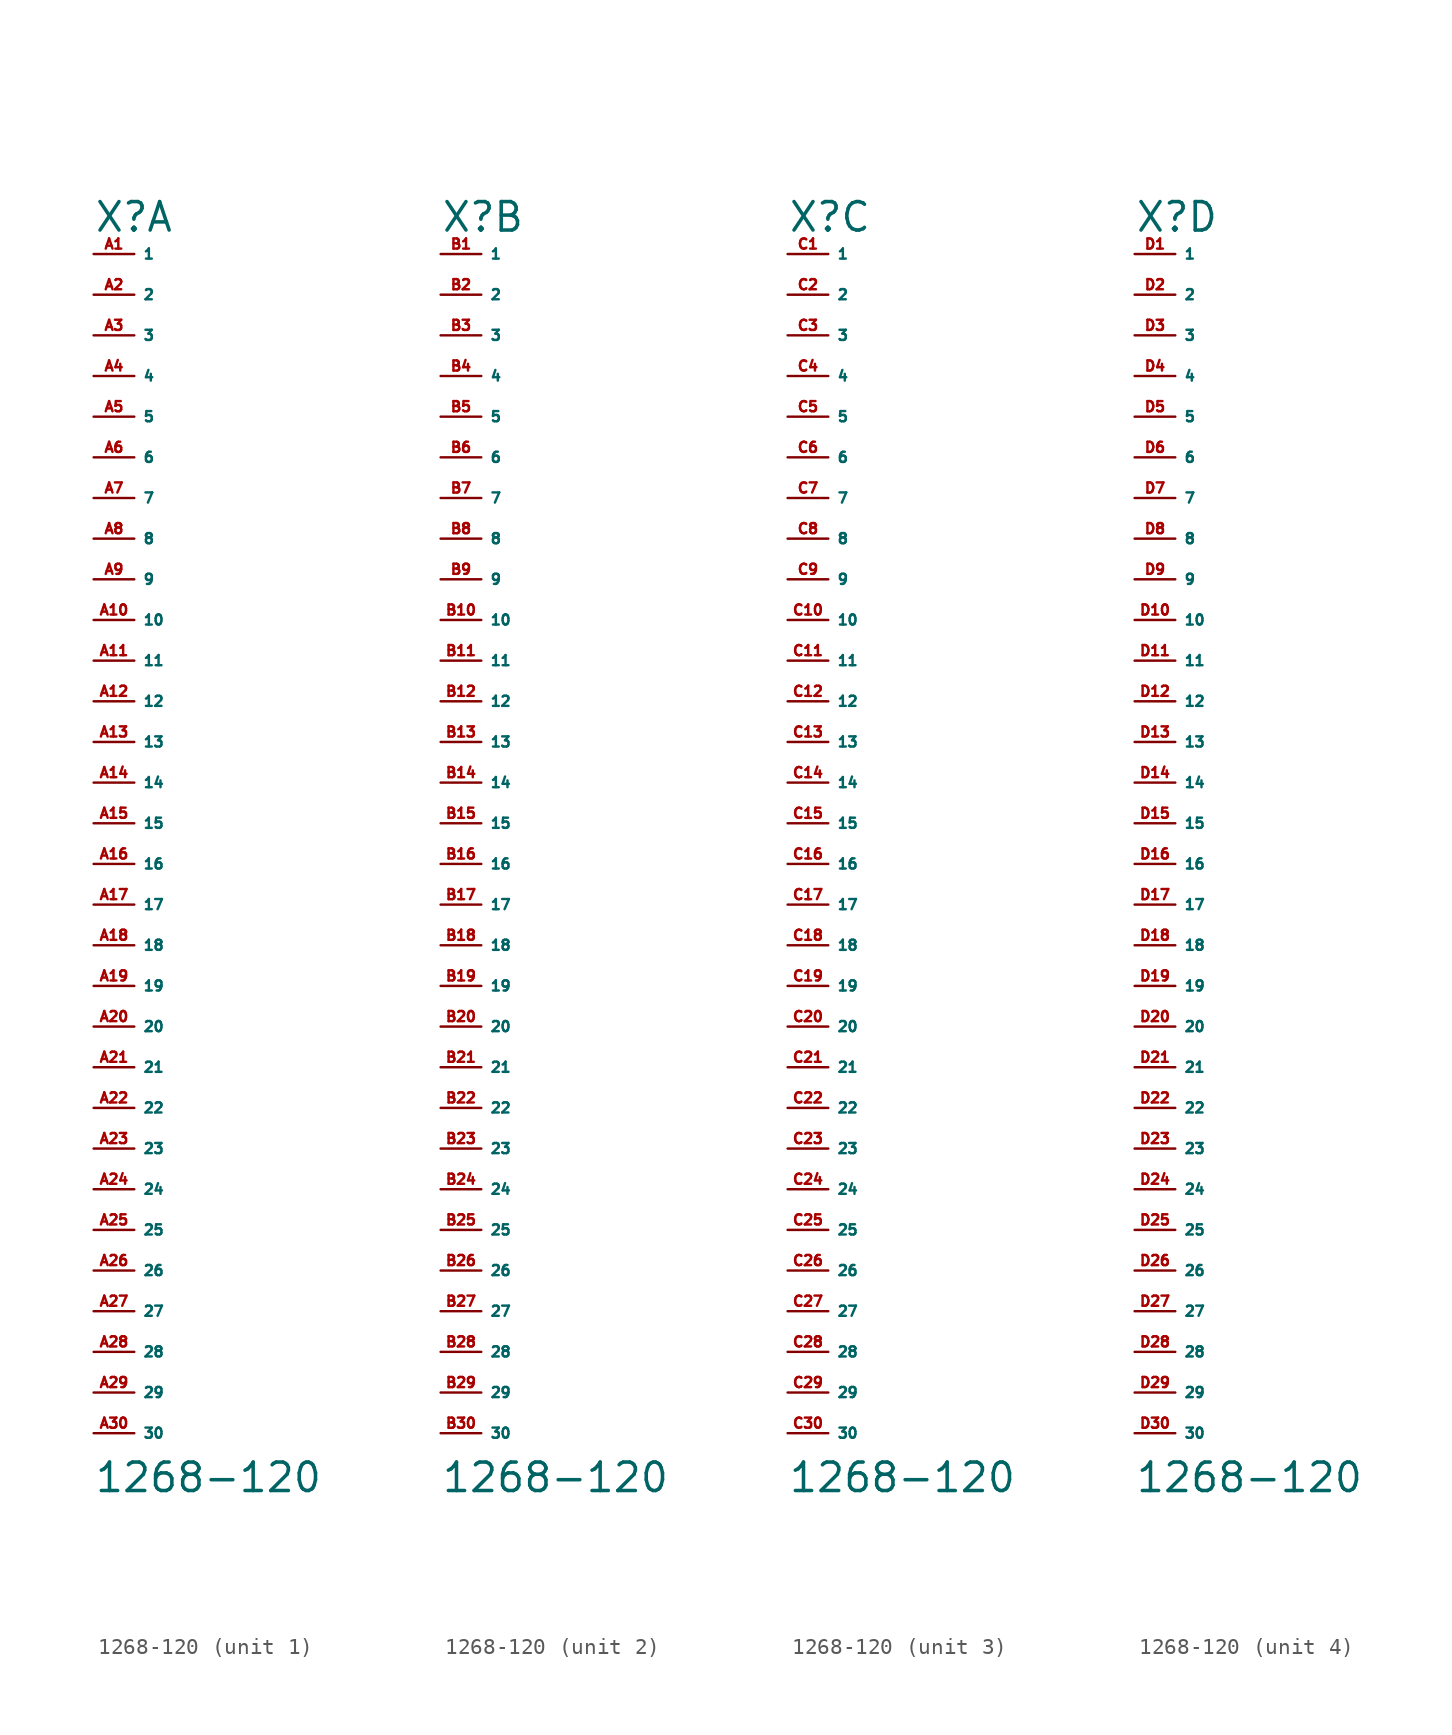
<source format=kicad_sym>
(kicad_symbol_lib
  (version 20220914)
  (generator Eagle2Kicad)
  (symbol "1268-120"
    (property "Reference" "X"
      (at -2.54 36.83 0)
      (effects (font (size 1.778 1.778) (thickness 0.22)) (justify left bottom)))
    (property "Value" "1268-120"
      (at -2.54 -41.91 0)
      (effects (font (size 1.778 1.778) (thickness 0.22)) (justify left bottom)))
    (symbol "1268-120_1_0"
      (pin passive line (at -2.54 35.56 0) (length 2.54) (name "1" (effects (font (size 0.635 0.635) (thickness 0.08)) (justify left bottom))) (number "A1" (effects (font (size 0.635 0.635) (thickness 0.08)) (justify left bottom))))
      (pin passive line (at -2.54 33.02 0) (length 2.54) (name "2" (effects (font (size 0.635 0.635) (thickness 0.08)) (justify left bottom))) (number "A2" (effects (font (size 0.635 0.635) (thickness 0.08)) (justify left bottom))))
      (pin passive line (at -2.54 30.48 0) (length 2.54) (name "3" (effects (font (size 0.635 0.635) (thickness 0.08)) (justify left bottom))) (number "A3" (effects (font (size 0.635 0.635) (thickness 0.08)) (justify left bottom))))
      (pin passive line (at -2.54 27.94 0) (length 2.54) (name "4" (effects (font (size 0.635 0.635) (thickness 0.08)) (justify left bottom))) (number "A4" (effects (font (size 0.635 0.635) (thickness 0.08)) (justify left bottom))))
      (pin passive line (at -2.54 25.4 0) (length 2.54) (name "5" (effects (font (size 0.635 0.635) (thickness 0.08)) (justify left bottom))) (number "A5" (effects (font (size 0.635 0.635) (thickness 0.08)) (justify left bottom))))
      (pin passive line (at -2.54 22.86 0) (length 2.54) (name "6" (effects (font (size 0.635 0.635) (thickness 0.08)) (justify left bottom))) (number "A6" (effects (font (size 0.635 0.635) (thickness 0.08)) (justify left bottom))))
      (pin passive line (at -2.54 20.32 0) (length 2.54) (name "7" (effects (font (size 0.635 0.635) (thickness 0.08)) (justify left bottom))) (number "A7" (effects (font (size 0.635 0.635) (thickness 0.08)) (justify left bottom))))
      (pin passive line (at -2.54 17.78 0) (length 2.54) (name "8" (effects (font (size 0.635 0.635) (thickness 0.08)) (justify left bottom))) (number "A8" (effects (font (size 0.635 0.635) (thickness 0.08)) (justify left bottom))))
      (pin passive line (at -2.54 15.24 0) (length 2.54) (name "9" (effects (font (size 0.635 0.635) (thickness 0.08)) (justify left bottom))) (number "A9" (effects (font (size 0.635 0.635) (thickness 0.08)) (justify left bottom))))
      (pin passive line (at -2.54 12.7 0) (length 2.54) (name "10" (effects (font (size 0.635 0.635) (thickness 0.08)) (justify left bottom))) (number "A10" (effects (font (size 0.635 0.635) (thickness 0.08)) (justify left bottom))))
      (pin passive line (at -2.54 10.16 0) (length 2.54) (name "11" (effects (font (size 0.635 0.635) (thickness 0.08)) (justify left bottom))) (number "A11" (effects (font (size 0.635 0.635) (thickness 0.08)) (justify left bottom))))
      (pin passive line (at -2.54 7.62 0) (length 2.54) (name "12" (effects (font (size 0.635 0.635) (thickness 0.08)) (justify left bottom))) (number "A12" (effects (font (size 0.635 0.635) (thickness 0.08)) (justify left bottom))))
      (pin passive line (at -2.54 5.08 0) (length 2.54) (name "13" (effects (font (size 0.635 0.635) (thickness 0.08)) (justify left bottom))) (number "A13" (effects (font (size 0.635 0.635) (thickness 0.08)) (justify left bottom))))
      (pin passive line (at -2.54 2.54 0) (length 2.54) (name "14" (effects (font (size 0.635 0.635) (thickness 0.08)) (justify left bottom))) (number "A14" (effects (font (size 0.635 0.635) (thickness 0.08)) (justify left bottom))))
      (pin passive line (at -2.54 0 0) (length 2.54) (name "15" (effects (font (size 0.635 0.635) (thickness 0.08)) (justify left bottom))) (number "A15" (effects (font (size 0.635 0.635) (thickness 0.08)) (justify left bottom))))
      (pin passive line (at -2.54 -2.54 0) (length 2.54) (name "16" (effects (font (size 0.635 0.635) (thickness 0.08)) (justify left bottom))) (number "A16" (effects (font (size 0.635 0.635) (thickness 0.08)) (justify left bottom))))
      (pin passive line (at -2.54 -5.08 0) (length 2.54) (name "17" (effects (font (size 0.635 0.635) (thickness 0.08)) (justify left bottom))) (number "A17" (effects (font (size 0.635 0.635) (thickness 0.08)) (justify left bottom))))
      (pin passive line (at -2.54 -7.62 0) (length 2.54) (name "18" (effects (font (size 0.635 0.635) (thickness 0.08)) (justify left bottom))) (number "A18" (effects (font (size 0.635 0.635) (thickness 0.08)) (justify left bottom))))
      (pin passive line (at -2.54 -10.16 0) (length 2.54) (name "19" (effects (font (size 0.635 0.635) (thickness 0.08)) (justify left bottom))) (number "A19" (effects (font (size 0.635 0.635) (thickness 0.08)) (justify left bottom))))
      (pin passive line (at -2.54 -12.7 0) (length 2.54) (name "20" (effects (font (size 0.635 0.635) (thickness 0.08)) (justify left bottom))) (number "A20" (effects (font (size 0.635 0.635) (thickness 0.08)) (justify left bottom))))
      (pin passive line (at -2.54 -15.24 0) (length 2.54) (name "21" (effects (font (size 0.635 0.635) (thickness 0.08)) (justify left bottom))) (number "A21" (effects (font (size 0.635 0.635) (thickness 0.08)) (justify left bottom))))
      (pin passive line (at -2.54 -17.78 0) (length 2.54) (name "22" (effects (font (size 0.635 0.635) (thickness 0.08)) (justify left bottom))) (number "A22" (effects (font (size 0.635 0.635) (thickness 0.08)) (justify left bottom))))
      (pin passive line (at -2.54 -20.32 0) (length 2.54) (name "23" (effects (font (size 0.635 0.635) (thickness 0.08)) (justify left bottom))) (number "A23" (effects (font (size 0.635 0.635) (thickness 0.08)) (justify left bottom))))
      (pin passive line (at -2.54 -22.86 0) (length 2.54) (name "24" (effects (font (size 0.635 0.635) (thickness 0.08)) (justify left bottom))) (number "A24" (effects (font (size 0.635 0.635) (thickness 0.08)) (justify left bottom))))
      (pin passive line (at -2.54 -25.4 0) (length 2.54) (name "25" (effects (font (size 0.635 0.635) (thickness 0.08)) (justify left bottom))) (number "A25" (effects (font (size 0.635 0.635) (thickness 0.08)) (justify left bottom))))
      (pin passive line (at -2.54 -27.94 0) (length 2.54) (name "26" (effects (font (size 0.635 0.635) (thickness 0.08)) (justify left bottom))) (number "A26" (effects (font (size 0.635 0.635) (thickness 0.08)) (justify left bottom))))
      (pin passive line (at -2.54 -30.48 0) (length 2.54) (name "27" (effects (font (size 0.635 0.635) (thickness 0.08)) (justify left bottom))) (number "A27" (effects (font (size 0.635 0.635) (thickness 0.08)) (justify left bottom))))
      (pin passive line (at -2.54 -33.02 0) (length 2.54) (name "28" (effects (font (size 0.635 0.635) (thickness 0.08)) (justify left bottom))) (number "A28" (effects (font (size 0.635 0.635) (thickness 0.08)) (justify left bottom))))
      (pin passive line (at -2.54 -35.56 0) (length 2.54) (name "29" (effects (font (size 0.635 0.635) (thickness 0.08)) (justify left bottom))) (number "A29" (effects (font (size 0.635 0.635) (thickness 0.08)) (justify left bottom))))
      (pin passive line (at -2.54 -38.1 0) (length 2.54) (name "30" (effects (font (size 0.635 0.635) (thickness 0.08)) (justify left bottom))) (number "A30" (effects (font (size 0.635 0.635) (thickness 0.08)) (justify left bottom)))))
    (symbol "1268-120_2_0"
      (pin passive line (at -2.54 35.56 0) (length 2.54) (name "1" (effects (font (size 0.635 0.635) (thickness 0.08)) (justify left bottom))) (number "B1" (effects (font (size 0.635 0.635) (thickness 0.08)) (justify left bottom))))
      (pin passive line (at -2.54 33.02 0) (length 2.54) (name "2" (effects (font (size 0.635 0.635) (thickness 0.08)) (justify left bottom))) (number "B2" (effects (font (size 0.635 0.635) (thickness 0.08)) (justify left bottom))))
      (pin passive line (at -2.54 30.48 0) (length 2.54) (name "3" (effects (font (size 0.635 0.635) (thickness 0.08)) (justify left bottom))) (number "B3" (effects (font (size 0.635 0.635) (thickness 0.08)) (justify left bottom))))
      (pin passive line (at -2.54 27.94 0) (length 2.54) (name "4" (effects (font (size 0.635 0.635) (thickness 0.08)) (justify left bottom))) (number "B4" (effects (font (size 0.635 0.635) (thickness 0.08)) (justify left bottom))))
      (pin passive line (at -2.54 25.4 0) (length 2.54) (name "5" (effects (font (size 0.635 0.635) (thickness 0.08)) (justify left bottom))) (number "B5" (effects (font (size 0.635 0.635) (thickness 0.08)) (justify left bottom))))
      (pin passive line (at -2.54 22.86 0) (length 2.54) (name "6" (effects (font (size 0.635 0.635) (thickness 0.08)) (justify left bottom))) (number "B6" (effects (font (size 0.635 0.635) (thickness 0.08)) (justify left bottom))))
      (pin passive line (at -2.54 20.32 0) (length 2.54) (name "7" (effects (font (size 0.635 0.635) (thickness 0.08)) (justify left bottom))) (number "B7" (effects (font (size 0.635 0.635) (thickness 0.08)) (justify left bottom))))
      (pin passive line (at -2.54 17.78 0) (length 2.54) (name "8" (effects (font (size 0.635 0.635) (thickness 0.08)) (justify left bottom))) (number "B8" (effects (font (size 0.635 0.635) (thickness 0.08)) (justify left bottom))))
      (pin passive line (at -2.54 15.24 0) (length 2.54) (name "9" (effects (font (size 0.635 0.635) (thickness 0.08)) (justify left bottom))) (number "B9" (effects (font (size 0.635 0.635) (thickness 0.08)) (justify left bottom))))
      (pin passive line (at -2.54 12.7 0) (length 2.54) (name "10" (effects (font (size 0.635 0.635) (thickness 0.08)) (justify left bottom))) (number "B10" (effects (font (size 0.635 0.635) (thickness 0.08)) (justify left bottom))))
      (pin passive line (at -2.54 10.16 0) (length 2.54) (name "11" (effects (font (size 0.635 0.635) (thickness 0.08)) (justify left bottom))) (number "B11" (effects (font (size 0.635 0.635) (thickness 0.08)) (justify left bottom))))
      (pin passive line (at -2.54 7.62 0) (length 2.54) (name "12" (effects (font (size 0.635 0.635) (thickness 0.08)) (justify left bottom))) (number "B12" (effects (font (size 0.635 0.635) (thickness 0.08)) (justify left bottom))))
      (pin passive line (at -2.54 5.08 0) (length 2.54) (name "13" (effects (font (size 0.635 0.635) (thickness 0.08)) (justify left bottom))) (number "B13" (effects (font (size 0.635 0.635) (thickness 0.08)) (justify left bottom))))
      (pin passive line (at -2.54 2.54 0) (length 2.54) (name "14" (effects (font (size 0.635 0.635) (thickness 0.08)) (justify left bottom))) (number "B14" (effects (font (size 0.635 0.635) (thickness 0.08)) (justify left bottom))))
      (pin passive line (at -2.54 0 0) (length 2.54) (name "15" (effects (font (size 0.635 0.635) (thickness 0.08)) (justify left bottom))) (number "B15" (effects (font (size 0.635 0.635) (thickness 0.08)) (justify left bottom))))
      (pin passive line (at -2.54 -2.54 0) (length 2.54) (name "16" (effects (font (size 0.635 0.635) (thickness 0.08)) (justify left bottom))) (number "B16" (effects (font (size 0.635 0.635) (thickness 0.08)) (justify left bottom))))
      (pin passive line (at -2.54 -5.08 0) (length 2.54) (name "17" (effects (font (size 0.635 0.635) (thickness 0.08)) (justify left bottom))) (number "B17" (effects (font (size 0.635 0.635) (thickness 0.08)) (justify left bottom))))
      (pin passive line (at -2.54 -7.62 0) (length 2.54) (name "18" (effects (font (size 0.635 0.635) (thickness 0.08)) (justify left bottom))) (number "B18" (effects (font (size 0.635 0.635) (thickness 0.08)) (justify left bottom))))
      (pin passive line (at -2.54 -10.16 0) (length 2.54) (name "19" (effects (font (size 0.635 0.635) (thickness 0.08)) (justify left bottom))) (number "B19" (effects (font (size 0.635 0.635) (thickness 0.08)) (justify left bottom))))
      (pin passive line (at -2.54 -12.7 0) (length 2.54) (name "20" (effects (font (size 0.635 0.635) (thickness 0.08)) (justify left bottom))) (number "B20" (effects (font (size 0.635 0.635) (thickness 0.08)) (justify left bottom))))
      (pin passive line (at -2.54 -15.24 0) (length 2.54) (name "21" (effects (font (size 0.635 0.635) (thickness 0.08)) (justify left bottom))) (number "B21" (effects (font (size 0.635 0.635) (thickness 0.08)) (justify left bottom))))
      (pin passive line (at -2.54 -17.78 0) (length 2.54) (name "22" (effects (font (size 0.635 0.635) (thickness 0.08)) (justify left bottom))) (number "B22" (effects (font (size 0.635 0.635) (thickness 0.08)) (justify left bottom))))
      (pin passive line (at -2.54 -20.32 0) (length 2.54) (name "23" (effects (font (size 0.635 0.635) (thickness 0.08)) (justify left bottom))) (number "B23" (effects (font (size 0.635 0.635) (thickness 0.08)) (justify left bottom))))
      (pin passive line (at -2.54 -22.86 0) (length 2.54) (name "24" (effects (font (size 0.635 0.635) (thickness 0.08)) (justify left bottom))) (number "B24" (effects (font (size 0.635 0.635) (thickness 0.08)) (justify left bottom))))
      (pin passive line (at -2.54 -25.4 0) (length 2.54) (name "25" (effects (font (size 0.635 0.635) (thickness 0.08)) (justify left bottom))) (number "B25" (effects (font (size 0.635 0.635) (thickness 0.08)) (justify left bottom))))
      (pin passive line (at -2.54 -27.94 0) (length 2.54) (name "26" (effects (font (size 0.635 0.635) (thickness 0.08)) (justify left bottom))) (number "B26" (effects (font (size 0.635 0.635) (thickness 0.08)) (justify left bottom))))
      (pin passive line (at -2.54 -30.48 0) (length 2.54) (name "27" (effects (font (size 0.635 0.635) (thickness 0.08)) (justify left bottom))) (number "B27" (effects (font (size 0.635 0.635) (thickness 0.08)) (justify left bottom))))
      (pin passive line (at -2.54 -33.02 0) (length 2.54) (name "28" (effects (font (size 0.635 0.635) (thickness 0.08)) (justify left bottom))) (number "B28" (effects (font (size 0.635 0.635) (thickness 0.08)) (justify left bottom))))
      (pin passive line (at -2.54 -35.56 0) (length 2.54) (name "29" (effects (font (size 0.635 0.635) (thickness 0.08)) (justify left bottom))) (number "B29" (effects (font (size 0.635 0.635) (thickness 0.08)) (justify left bottom))))
      (pin passive line (at -2.54 -38.1 0) (length 2.54) (name "30" (effects (font (size 0.635 0.635) (thickness 0.08)) (justify left bottom))) (number "B30" (effects (font (size 0.635 0.635) (thickness 0.08)) (justify left bottom)))))
    (symbol "1268-120_3_0"
      (pin passive line (at -2.54 35.56 0) (length 2.54) (name "1" (effects (font (size 0.635 0.635) (thickness 0.08)) (justify left bottom))) (number "C1" (effects (font (size 0.635 0.635) (thickness 0.08)) (justify left bottom))))
      (pin passive line (at -2.54 33.02 0) (length 2.54) (name "2" (effects (font (size 0.635 0.635) (thickness 0.08)) (justify left bottom))) (number "C2" (effects (font (size 0.635 0.635) (thickness 0.08)) (justify left bottom))))
      (pin passive line (at -2.54 30.48 0) (length 2.54) (name "3" (effects (font (size 0.635 0.635) (thickness 0.08)) (justify left bottom))) (number "C3" (effects (font (size 0.635 0.635) (thickness 0.08)) (justify left bottom))))
      (pin passive line (at -2.54 27.94 0) (length 2.54) (name "4" (effects (font (size 0.635 0.635) (thickness 0.08)) (justify left bottom))) (number "C4" (effects (font (size 0.635 0.635) (thickness 0.08)) (justify left bottom))))
      (pin passive line (at -2.54 25.4 0) (length 2.54) (name "5" (effects (font (size 0.635 0.635) (thickness 0.08)) (justify left bottom))) (number "C5" (effects (font (size 0.635 0.635) (thickness 0.08)) (justify left bottom))))
      (pin passive line (at -2.54 22.86 0) (length 2.54) (name "6" (effects (font (size 0.635 0.635) (thickness 0.08)) (justify left bottom))) (number "C6" (effects (font (size 0.635 0.635) (thickness 0.08)) (justify left bottom))))
      (pin passive line (at -2.54 20.32 0) (length 2.54) (name "7" (effects (font (size 0.635 0.635) (thickness 0.08)) (justify left bottom))) (number "C7" (effects (font (size 0.635 0.635) (thickness 0.08)) (justify left bottom))))
      (pin passive line (at -2.54 17.78 0) (length 2.54) (name "8" (effects (font (size 0.635 0.635) (thickness 0.08)) (justify left bottom))) (number "C8" (effects (font (size 0.635 0.635) (thickness 0.08)) (justify left bottom))))
      (pin passive line (at -2.54 15.24 0) (length 2.54) (name "9" (effects (font (size 0.635 0.635) (thickness 0.08)) (justify left bottom))) (number "C9" (effects (font (size 0.635 0.635) (thickness 0.08)) (justify left bottom))))
      (pin passive line (at -2.54 12.7 0) (length 2.54) (name "10" (effects (font (size 0.635 0.635) (thickness 0.08)) (justify left bottom))) (number "C10" (effects (font (size 0.635 0.635) (thickness 0.08)) (justify left bottom))))
      (pin passive line (at -2.54 10.16 0) (length 2.54) (name "11" (effects (font (size 0.635 0.635) (thickness 0.08)) (justify left bottom))) (number "C11" (effects (font (size 0.635 0.635) (thickness 0.08)) (justify left bottom))))
      (pin passive line (at -2.54 7.62 0) (length 2.54) (name "12" (effects (font (size 0.635 0.635) (thickness 0.08)) (justify left bottom))) (number "C12" (effects (font (size 0.635 0.635) (thickness 0.08)) (justify left bottom))))
      (pin passive line (at -2.54 5.08 0) (length 2.54) (name "13" (effects (font (size 0.635 0.635) (thickness 0.08)) (justify left bottom))) (number "C13" (effects (font (size 0.635 0.635) (thickness 0.08)) (justify left bottom))))
      (pin passive line (at -2.54 2.54 0) (length 2.54) (name "14" (effects (font (size 0.635 0.635) (thickness 0.08)) (justify left bottom))) (number "C14" (effects (font (size 0.635 0.635) (thickness 0.08)) (justify left bottom))))
      (pin passive line (at -2.54 0 0) (length 2.54) (name "15" (effects (font (size 0.635 0.635) (thickness 0.08)) (justify left bottom))) (number "C15" (effects (font (size 0.635 0.635) (thickness 0.08)) (justify left bottom))))
      (pin passive line (at -2.54 -2.54 0) (length 2.54) (name "16" (effects (font (size 0.635 0.635) (thickness 0.08)) (justify left bottom))) (number "C16" (effects (font (size 0.635 0.635) (thickness 0.08)) (justify left bottom))))
      (pin passive line (at -2.54 -5.08 0) (length 2.54) (name "17" (effects (font (size 0.635 0.635) (thickness 0.08)) (justify left bottom))) (number "C17" (effects (font (size 0.635 0.635) (thickness 0.08)) (justify left bottom))))
      (pin passive line (at -2.54 -7.62 0) (length 2.54) (name "18" (effects (font (size 0.635 0.635) (thickness 0.08)) (justify left bottom))) (number "C18" (effects (font (size 0.635 0.635) (thickness 0.08)) (justify left bottom))))
      (pin passive line (at -2.54 -10.16 0) (length 2.54) (name "19" (effects (font (size 0.635 0.635) (thickness 0.08)) (justify left bottom))) (number "C19" (effects (font (size 0.635 0.635) (thickness 0.08)) (justify left bottom))))
      (pin passive line (at -2.54 -12.7 0) (length 2.54) (name "20" (effects (font (size 0.635 0.635) (thickness 0.08)) (justify left bottom))) (number "C20" (effects (font (size 0.635 0.635) (thickness 0.08)) (justify left bottom))))
      (pin passive line (at -2.54 -15.24 0) (length 2.54) (name "21" (effects (font (size 0.635 0.635) (thickness 0.08)) (justify left bottom))) (number "C21" (effects (font (size 0.635 0.635) (thickness 0.08)) (justify left bottom))))
      (pin passive line (at -2.54 -17.78 0) (length 2.54) (name "22" (effects (font (size 0.635 0.635) (thickness 0.08)) (justify left bottom))) (number "C22" (effects (font (size 0.635 0.635) (thickness 0.08)) (justify left bottom))))
      (pin passive line (at -2.54 -20.32 0) (length 2.54) (name "23" (effects (font (size 0.635 0.635) (thickness 0.08)) (justify left bottom))) (number "C23" (effects (font (size 0.635 0.635) (thickness 0.08)) (justify left bottom))))
      (pin passive line (at -2.54 -22.86 0) (length 2.54) (name "24" (effects (font (size 0.635 0.635) (thickness 0.08)) (justify left bottom))) (number "C24" (effects (font (size 0.635 0.635) (thickness 0.08)) (justify left bottom))))
      (pin passive line (at -2.54 -25.4 0) (length 2.54) (name "25" (effects (font (size 0.635 0.635) (thickness 0.08)) (justify left bottom))) (number "C25" (effects (font (size 0.635 0.635) (thickness 0.08)) (justify left bottom))))
      (pin passive line (at -2.54 -27.94 0) (length 2.54) (name "26" (effects (font (size 0.635 0.635) (thickness 0.08)) (justify left bottom))) (number "C26" (effects (font (size 0.635 0.635) (thickness 0.08)) (justify left bottom))))
      (pin passive line (at -2.54 -30.48 0) (length 2.54) (name "27" (effects (font (size 0.635 0.635) (thickness 0.08)) (justify left bottom))) (number "C27" (effects (font (size 0.635 0.635) (thickness 0.08)) (justify left bottom))))
      (pin passive line (at -2.54 -33.02 0) (length 2.54) (name "28" (effects (font (size 0.635 0.635) (thickness 0.08)) (justify left bottom))) (number "C28" (effects (font (size 0.635 0.635) (thickness 0.08)) (justify left bottom))))
      (pin passive line (at -2.54 -35.56 0) (length 2.54) (name "29" (effects (font (size 0.635 0.635) (thickness 0.08)) (justify left bottom))) (number "C29" (effects (font (size 0.635 0.635) (thickness 0.08)) (justify left bottom))))
      (pin passive line (at -2.54 -38.1 0) (length 2.54) (name "30" (effects (font (size 0.635 0.635) (thickness 0.08)) (justify left bottom))) (number "C30" (effects (font (size 0.635 0.635) (thickness 0.08)) (justify left bottom)))))
    (symbol "1268-120_4_0"
      (pin passive line (at -2.54 35.56 0) (length 2.54) (name "1" (effects (font (size 0.635 0.635) (thickness 0.08)) (justify left bottom))) (number "D1" (effects (font (size 0.635 0.635) (thickness 0.08)) (justify left bottom))))
      (pin passive line (at -2.54 33.02 0) (length 2.54) (name "2" (effects (font (size 0.635 0.635) (thickness 0.08)) (justify left bottom))) (number "D2" (effects (font (size 0.635 0.635) (thickness 0.08)) (justify left bottom))))
      (pin passive line (at -2.54 30.48 0) (length 2.54) (name "3" (effects (font (size 0.635 0.635) (thickness 0.08)) (justify left bottom))) (number "D3" (effects (font (size 0.635 0.635) (thickness 0.08)) (justify left bottom))))
      (pin passive line (at -2.54 27.94 0) (length 2.54) (name "4" (effects (font (size 0.635 0.635) (thickness 0.08)) (justify left bottom))) (number "D4" (effects (font (size 0.635 0.635) (thickness 0.08)) (justify left bottom))))
      (pin passive line (at -2.54 25.4 0) (length 2.54) (name "5" (effects (font (size 0.635 0.635) (thickness 0.08)) (justify left bottom))) (number "D5" (effects (font (size 0.635 0.635) (thickness 0.08)) (justify left bottom))))
      (pin passive line (at -2.54 22.86 0) (length 2.54) (name "6" (effects (font (size 0.635 0.635) (thickness 0.08)) (justify left bottom))) (number "D6" (effects (font (size 0.635 0.635) (thickness 0.08)) (justify left bottom))))
      (pin passive line (at -2.54 20.32 0) (length 2.54) (name "7" (effects (font (size 0.635 0.635) (thickness 0.08)) (justify left bottom))) (number "D7" (effects (font (size 0.635 0.635) (thickness 0.08)) (justify left bottom))))
      (pin passive line (at -2.54 17.78 0) (length 2.54) (name "8" (effects (font (size 0.635 0.635) (thickness 0.08)) (justify left bottom))) (number "D8" (effects (font (size 0.635 0.635) (thickness 0.08)) (justify left bottom))))
      (pin passive line (at -2.54 15.24 0) (length 2.54) (name "9" (effects (font (size 0.635 0.635) (thickness 0.08)) (justify left bottom))) (number "D9" (effects (font (size 0.635 0.635) (thickness 0.08)) (justify left bottom))))
      (pin passive line (at -2.54 12.7 0) (length 2.54) (name "10" (effects (font (size 0.635 0.635) (thickness 0.08)) (justify left bottom))) (number "D10" (effects (font (size 0.635 0.635) (thickness 0.08)) (justify left bottom))))
      (pin passive line (at -2.54 10.16 0) (length 2.54) (name "11" (effects (font (size 0.635 0.635) (thickness 0.08)) (justify left bottom))) (number "D11" (effects (font (size 0.635 0.635) (thickness 0.08)) (justify left bottom))))
      (pin passive line (at -2.54 7.62 0) (length 2.54) (name "12" (effects (font (size 0.635 0.635) (thickness 0.08)) (justify left bottom))) (number "D12" (effects (font (size 0.635 0.635) (thickness 0.08)) (justify left bottom))))
      (pin passive line (at -2.54 5.08 0) (length 2.54) (name "13" (effects (font (size 0.635 0.635) (thickness 0.08)) (justify left bottom))) (number "D13" (effects (font (size 0.635 0.635) (thickness 0.08)) (justify left bottom))))
      (pin passive line (at -2.54 2.54 0) (length 2.54) (name "14" (effects (font (size 0.635 0.635) (thickness 0.08)) (justify left bottom))) (number "D14" (effects (font (size 0.635 0.635) (thickness 0.08)) (justify left bottom))))
      (pin passive line (at -2.54 0 0) (length 2.54) (name "15" (effects (font (size 0.635 0.635) (thickness 0.08)) (justify left bottom))) (number "D15" (effects (font (size 0.635 0.635) (thickness 0.08)) (justify left bottom))))
      (pin passive line (at -2.54 -2.54 0) (length 2.54) (name "16" (effects (font (size 0.635 0.635) (thickness 0.08)) (justify left bottom))) (number "D16" (effects (font (size 0.635 0.635) (thickness 0.08)) (justify left bottom))))
      (pin passive line (at -2.54 -5.08 0) (length 2.54) (name "17" (effects (font (size 0.635 0.635) (thickness 0.08)) (justify left bottom))) (number "D17" (effects (font (size 0.635 0.635) (thickness 0.08)) (justify left bottom))))
      (pin passive line (at -2.54 -7.62 0) (length 2.54) (name "18" (effects (font (size 0.635 0.635) (thickness 0.08)) (justify left bottom))) (number "D18" (effects (font (size 0.635 0.635) (thickness 0.08)) (justify left bottom))))
      (pin passive line (at -2.54 -10.16 0) (length 2.54) (name "19" (effects (font (size 0.635 0.635) (thickness 0.08)) (justify left bottom))) (number "D19" (effects (font (size 0.635 0.635) (thickness 0.08)) (justify left bottom))))
      (pin passive line (at -2.54 -12.7 0) (length 2.54) (name "20" (effects (font (size 0.635 0.635) (thickness 0.08)) (justify left bottom))) (number "D20" (effects (font (size 0.635 0.635) (thickness 0.08)) (justify left bottom))))
      (pin passive line (at -2.54 -15.24 0) (length 2.54) (name "21" (effects (font (size 0.635 0.635) (thickness 0.08)) (justify left bottom))) (number "D21" (effects (font (size 0.635 0.635) (thickness 0.08)) (justify left bottom))))
      (pin passive line (at -2.54 -17.78 0) (length 2.54) (name "22" (effects (font (size 0.635 0.635) (thickness 0.08)) (justify left bottom))) (number "D22" (effects (font (size 0.635 0.635) (thickness 0.08)) (justify left bottom))))
      (pin passive line (at -2.54 -20.32 0) (length 2.54) (name "23" (effects (font (size 0.635 0.635) (thickness 0.08)) (justify left bottom))) (number "D23" (effects (font (size 0.635 0.635) (thickness 0.08)) (justify left bottom))))
      (pin passive line (at -2.54 -22.86 0) (length 2.54) (name "24" (effects (font (size 0.635 0.635) (thickness 0.08)) (justify left bottom))) (number "D24" (effects (font (size 0.635 0.635) (thickness 0.08)) (justify left bottom))))
      (pin passive line (at -2.54 -25.4 0) (length 2.54) (name "25" (effects (font (size 0.635 0.635) (thickness 0.08)) (justify left bottom))) (number "D25" (effects (font (size 0.635 0.635) (thickness 0.08)) (justify left bottom))))
      (pin passive line (at -2.54 -27.94 0) (length 2.54) (name "26" (effects (font (size 0.635 0.635) (thickness 0.08)) (justify left bottom))) (number "D26" (effects (font (size 0.635 0.635) (thickness 0.08)) (justify left bottom))))
      (pin passive line (at -2.54 -30.48 0) (length 2.54) (name "27" (effects (font (size 0.635 0.635) (thickness 0.08)) (justify left bottom))) (number "D27" (effects (font (size 0.635 0.635) (thickness 0.08)) (justify left bottom))))
      (pin passive line (at -2.54 -33.02 0) (length 2.54) (name "28" (effects (font (size 0.635 0.635) (thickness 0.08)) (justify left bottom))) (number "D28" (effects (font (size 0.635 0.635) (thickness 0.08)) (justify left bottom))))
      (pin passive line (at -2.54 -35.56 0) (length 2.54) (name "29" (effects (font (size 0.635 0.635) (thickness 0.08)) (justify left bottom))) (number "D29" (effects (font (size 0.635 0.635) (thickness 0.08)) (justify left bottom))))
      (pin passive line (at -2.54 -38.1 0) (length 2.54) (name "30" (effects (font (size 0.635 0.635) (thickness 0.08)) (justify left bottom))) (number "D30" (effects (font (size 0.635 0.635) (thickness 0.08)) (justify left bottom)))))))
</source>
